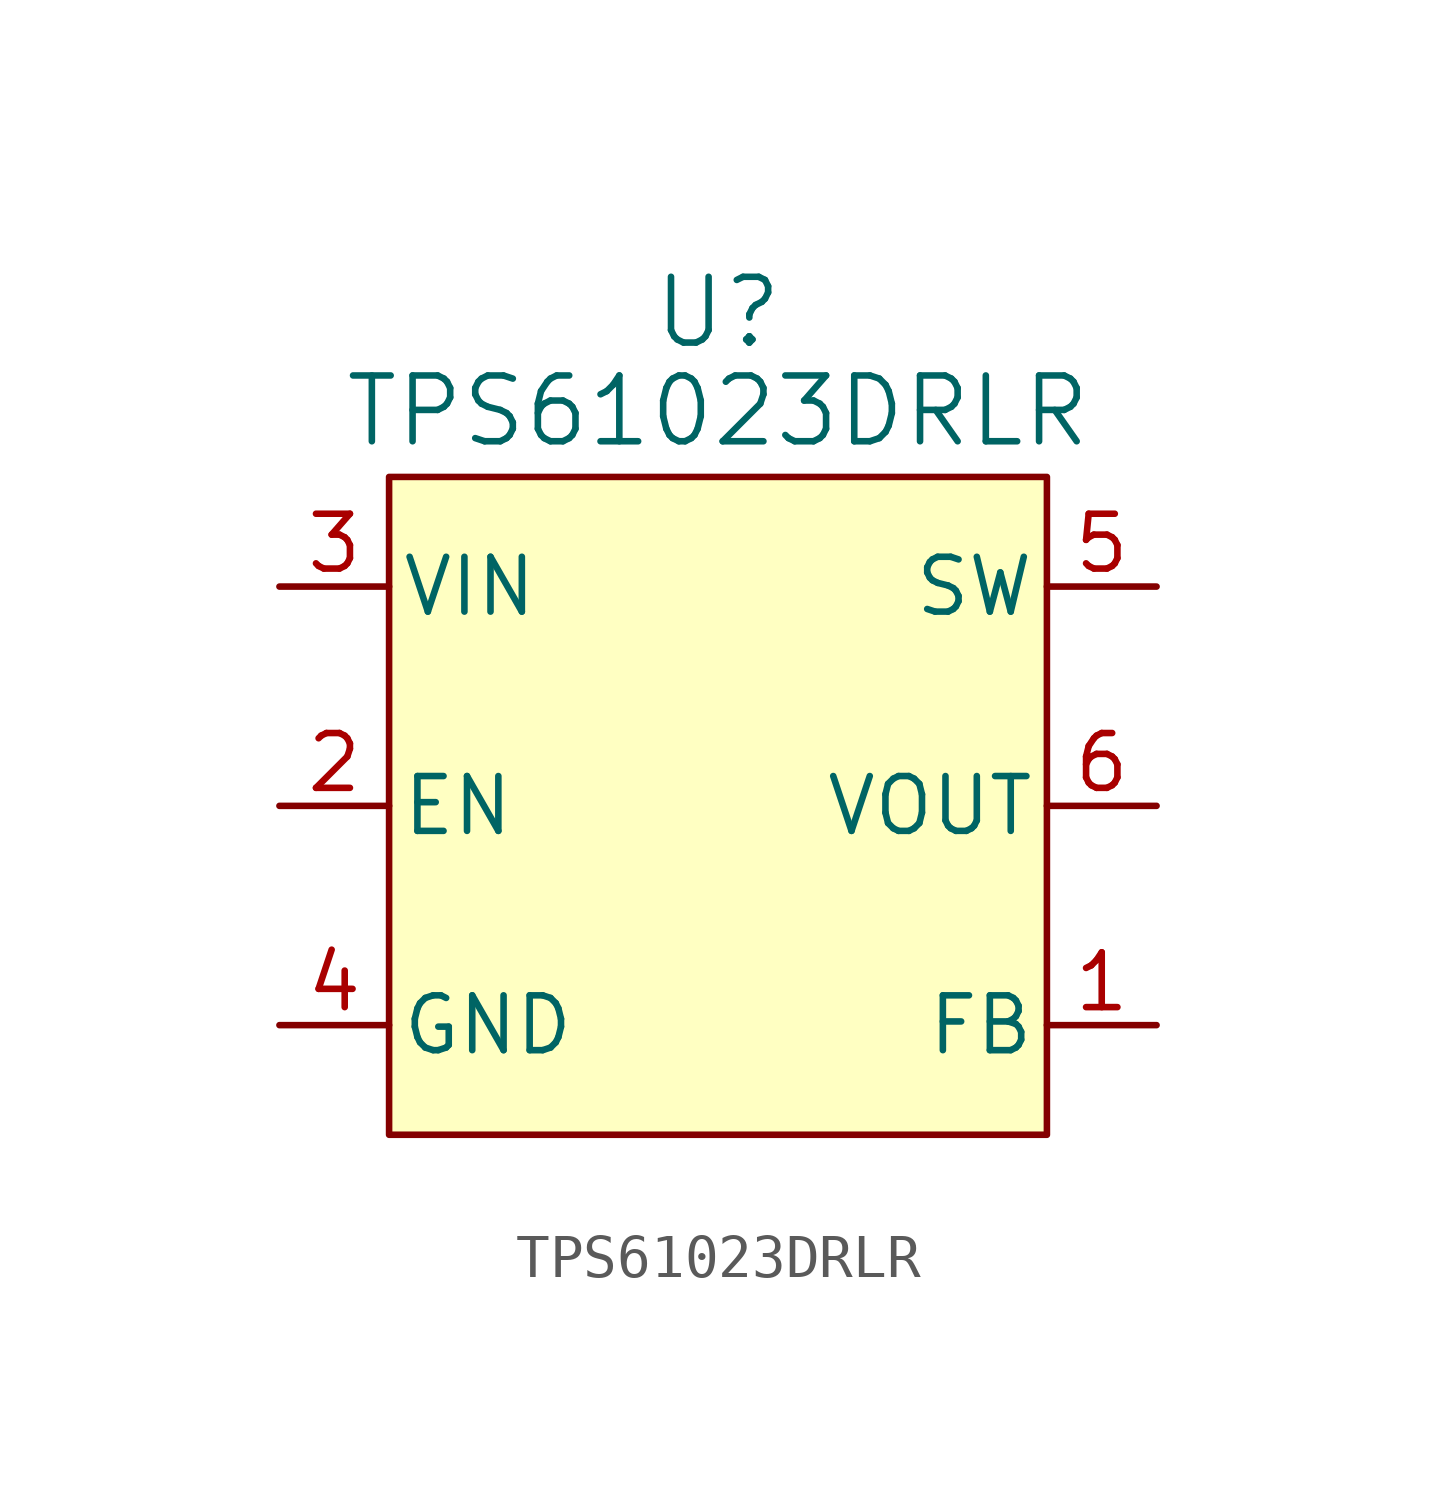
<source format=kicad_sym>
(kicad_symbol_lib
  (version 20231120)
  (generator "kicad_symbol_editor")
  (generator_version "8.0")
  (symbol "TPS61023DRLR"
    (pin_names
      (offset 0.254))
    (property "Reference" "U"
      (at 0 11.43 0)
      (effects (font (size 1.524 1.524))))
    (property "Value" "TPS61023DRLR"
      (at 0 9.144 0)
      (effects (font (size 1.524 1.524))))
    (symbol "TPS61023DRLR_0_1"
      (pin input line (at 10.16 -5.08 180) (length 2.54) (name "FB" (effects (font (size 1.27 1.27)))) (number "1" (effects (font (size 1.27 1.27)))))
      (pin input line (at -10.16 0 0) (length 2.54) (name "EN" (effects (font (size 1.27 1.27)))) (number "2" (effects (font (size 1.27 1.27)))))
      (pin power_in line (at -10.16 5.08 0) (length 2.54) (name "VIN" (effects (font (size 1.27 1.27)))) (number "3" (effects (font (size 1.27 1.27)))))
      (pin power_in line (at -10.16 -5.08 0) (length 2.54) (name "GND" (effects (font (size 1.27 1.27)))) (number "4" (effects (font (size 1.27 1.27))))))
    (symbol "TPS61023DRLR_1_1"
      (rectangle (start -7.62 7.62) (end 7.62 -7.62) (stroke (width 0) (type default)) (fill (type background)))
      (pin passive line (at 10.16 5.08 180) (length 2.54) (name "SW" (effects (font (size 1.27 1.27)))) (number "5" (effects (font (size 1.27 1.27)))))
      (pin power_out line (at 10.16 0 180) (length 2.54) (name "VOUT" (effects (font (size 1.27 1.27)))) (number "6" (effects (font (size 1.27 1.27))))))))
</source>
